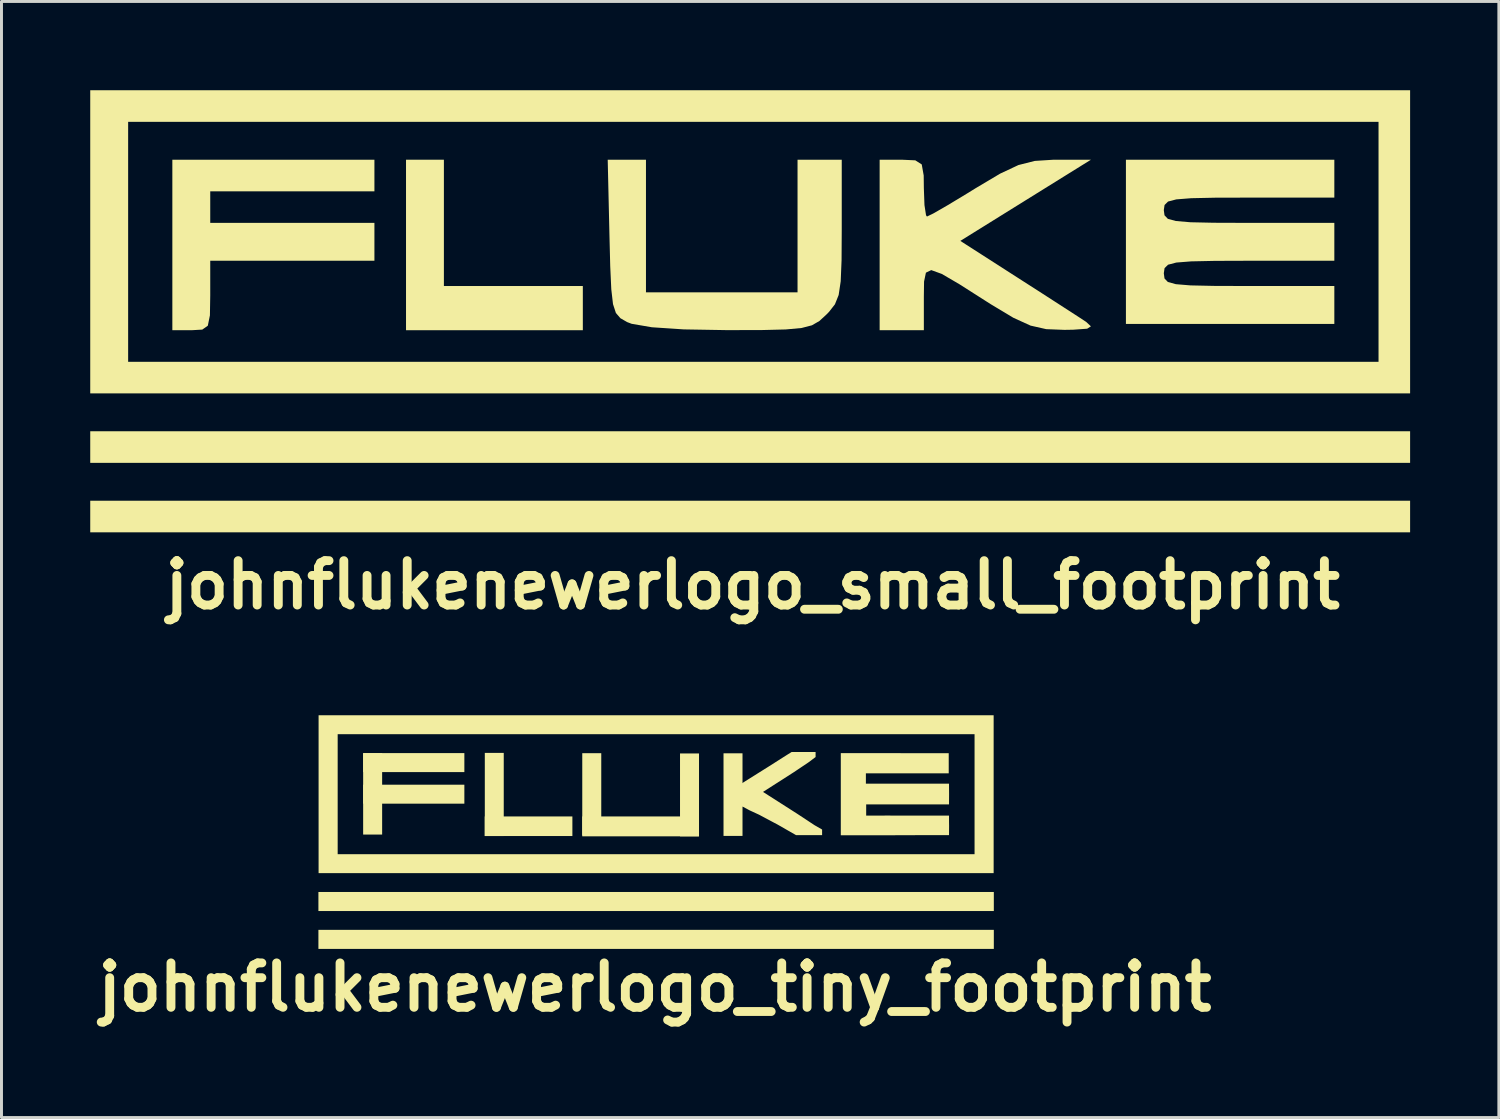
<source format=kicad_pcb>
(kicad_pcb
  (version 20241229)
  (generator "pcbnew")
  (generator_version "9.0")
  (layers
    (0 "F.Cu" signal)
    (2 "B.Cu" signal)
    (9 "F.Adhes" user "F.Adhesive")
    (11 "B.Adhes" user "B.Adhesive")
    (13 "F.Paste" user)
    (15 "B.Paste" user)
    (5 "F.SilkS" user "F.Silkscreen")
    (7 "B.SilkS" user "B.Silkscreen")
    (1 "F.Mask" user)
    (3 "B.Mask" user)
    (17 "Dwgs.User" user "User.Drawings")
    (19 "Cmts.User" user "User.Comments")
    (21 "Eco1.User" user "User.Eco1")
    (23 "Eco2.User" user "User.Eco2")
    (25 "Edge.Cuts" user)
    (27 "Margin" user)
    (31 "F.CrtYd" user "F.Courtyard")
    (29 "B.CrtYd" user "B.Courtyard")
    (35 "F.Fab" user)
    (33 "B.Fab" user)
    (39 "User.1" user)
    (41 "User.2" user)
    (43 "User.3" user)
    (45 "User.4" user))
  (footprint "johnflukenewerlogo_tiny_footprint"
    (layer "F.Cu")
    (at 19.126 24.967)
    (property "Reference" "johnflukenewerlogo_tiny_footprint" (at -0.04 5.35 0) (layer "F.SilkS") (effects (font (size 1.5 1.5) (thickness 0.3))))
    (attr board_only exclude_from_pos_files exclude_from_bom)
    (fp_rect (start -11.414 2.131) (end 11.414 2.775) (stroke (width 0) (type solid)) (fill yes) (layer "F.SilkS"))
    (fp_rect (start -11.414 3.411) (end 11.414 4.055) (stroke (width 0) (type solid)) (fill yes) (layer "F.SilkS"))
    (fp_rect (start -9.902 -2.563) (end -6.481 -1.921) (stroke (width 0) (type solid)) (fill yes) (layer "F.SilkS"))
    (fp_rect (start -9.902 -1.495) (end -6.481 -0.854) (stroke (width 0) (type solid)) (fill yes) (layer "F.SilkS"))
    (fp_rect (start -9.902 -2.561) (end -9.26 0.19) (stroke (width 0) (type solid)) (fill yes) (layer "F.SilkS"))
    (fp_rect (start -5.792 -0.422) (end -2.83 0.24) (stroke (width 0) (type solid)) (fill yes) (layer "F.SilkS"))
    (fp_rect (start -5.79 -2.57) (end -5.15 0.24) (stroke (width 0) (type solid)) (fill yes) (layer "F.SilkS"))
    (fp_rect (start -2.496 -2.56) (end -1.854 0.22) (stroke (width 0) (type solid)) (fill yes) (layer "F.SilkS"))
    (fp_rect (start -2.496 -0.422) (end 1.446 0.25) (stroke (width 0) (type solid)) (fill yes) (layer "F.SilkS"))
    (fp_rect (start 0.808 -2.551) (end 1.45 0.25) (stroke (width 0) (type solid)) (fill yes) (layer "F.SilkS"))
    (fp_rect (start 2.278 -2.556) (end 2.92 0.236) (stroke (width 0) (type solid)) (fill yes) (layer "F.SilkS"))
    (fp_poly (pts (xy 11.408 -1.174) (xy 11.408 1.494) (xy 0 1.494) (xy -11.408 1.494) (xy -11.408 -1.174) (xy -10.763 -1.174) (xy -10.763 0.854) (xy 0 0.854) (xy 10.763 0.854) (xy 10.763 -1.174) (xy 10.763 -3.202) (xy 0 -3.202) (xy -10.763 -3.202) (xy -10.763 -1.174) (xy -11.408 -1.174) (xy -11.408 -3.842) (xy 0 -3.842) (xy 11.408 -3.842)) (stroke (width 0) (type solid)) (fill yes) (layer "F.SilkS"))
    (fp_poly (pts (xy 2.78 -2.09) (xy 2.85 -1.99) (xy 2.88 -1.53) (xy 3.79 -2.1) (xy 4.419 -2.5) (xy 4.58 -2.6) (xy 5.125 -2.6) (xy 5.39 -2.6) (xy 5.39 -2.43) (xy 5.15 -2.25) (xy 4.658 -1.92) (xy 3.613 -1.251) (xy 4.759 -0.519) (xy 5.357 -0.125) (xy 5.61 0.02) (xy 5.61 0.21) (xy 5.34 0.21) (xy 4.73 0.21) (xy 4.1 -0.151) (xy 3.982 -0.213) (xy 3.479 -0.481) (xy 3.156 -0.63) (xy 2.915 -0.76) (xy 2.832 -0.581) (xy 2.78 -0.2) (xy 2.77 0.01) (xy 2.61 0.04) (xy 2.49 0.03) (xy 2.46 -0.12) (xy 2.45 -0.66) (xy 2.43 -1.13) (xy 2.37 -1.86) (xy 2.37 -2.02) (xy 2.47 -2.09) (xy 2.59 -2.1)) (stroke (width 0) (type solid)) (fill yes) (layer "F.SilkS"))
    (fp_poly (pts (xy 9 -2.56) (xy 9.547 -2.56) (xy 9.89 -2.56) (xy 9.89 -2.24) (xy 9.89 -1.88) (xy 9.475 -1.88) (xy 8.82 -1.88) (xy 8.503 -1.88) (xy 7.77 -1.88) (xy 7.09 -1.88) (xy 7.09 -1.72) (xy 7.09 -1.53) (xy 7.825 -1.53) (xy 8.51 -1.53) (xy 9.29 -1.53) (xy 9.72 -1.53) (xy 9.9 -1.53) (xy 9.902 -1.174) (xy 9.9 -0.83) (xy 9.48 -0.83) (xy 8.92 -0.83) (xy 8.503 -0.83) (xy 7.78 -0.83) (xy 7.1 -0.83) (xy 7.1 -0.64) (xy 7.1 -0.45) (xy 7.825 -0.452) (xy 8.51 -0.45) (xy 9.31 -0.45) (xy 9.9 -0.45) (xy 9.9 -0.27) (xy 9.902 -0.107) (xy 9.9 0.21) (xy 9.65 0.21) (xy 8.974 0.21) (xy 8.072 0.213) (xy 6.242 0.213) (xy 6.242 -1.174) (xy 6.242 -2.561) (xy 8.07 -2.561)) (stroke (width 0) (type solid)) (fill yes) (layer "F.SilkS")))
  (footprint "johnflukenewerlogo_small_footprint"
    (layer "F.Cu")
    (at 22.412 7.471)
    (property "Reference" "johnflukenewerlogo_small_footprint" (at -0.02 9.25 0) (layer "F.SilkS") (effects (font (size 1.5 1.5) (thickness 0.3))))
    (attr board_only exclude_from_pos_files exclude_from_bom)
    (fp_poly (pts (xy 22.198 4.589) (xy 22.198 5.123) (xy -0.107 5.123) (xy -22.412 5.123) (xy -22.412 4.589) (xy -22.412 4.055) (xy -0.107 4.055) (xy 22.198 4.055)) (stroke (width 0) (type solid)) (fill yes) (layer "F.SilkS"))
    (fp_poly (pts (xy 22.198 6.937) (xy 22.198 7.471) (xy -0.107 7.471) (xy -22.412 7.471) (xy -22.412 6.937) (xy -22.412 6.403) (xy -0.107 6.403) (xy 22.198 6.403)) (stroke (width 0) (type solid)) (fill yes) (layer "F.SilkS"))
    (fp_poly (pts (xy -10.459 -2.988) (xy -10.459 -0.854) (xy -8.111 -0.854) (xy -5.763 -0.854) (xy -5.763 -0.107) (xy -5.763 0.64) (xy -8.751 0.64) (xy -11.739 0.64) (xy -11.739 -2.241) (xy -11.739 -5.123) (xy -11.099 -5.123) (xy -10.459 -5.123)) (stroke (width 0) (type solid)) (fill yes) (layer "F.SilkS"))
    (fp_poly (pts (xy 22.198 -2.348) (xy 22.198 2.775) (xy -0.107 2.775) (xy -22.412 2.775) (xy -22.412 -2.348) (xy -21.131 -2.348) (xy -21.131 1.708) (xy 0 1.708) (xy 21.131 1.708) (xy 21.131 -2.348) (xy 21.131 -6.403) (xy 0 -6.403) (xy -21.131 -6.403) (xy -21.131 -2.348) (xy -22.412 -2.348) (xy -22.412 -7.471) (xy -0.107 -7.471) (xy 22.198 -7.471)) (stroke (width 0) (type solid)) (fill yes) (layer "F.SilkS"))
    (fp_poly (pts (xy -12.807 -4.589) (xy -12.807 -4.055) (xy -15.582 -4.055) (xy -18.356 -4.055) (xy -18.356 -3.522) (xy -18.356 -2.988) (xy -15.582 -2.988) (xy -12.807 -2.988) (xy -12.807 -2.348) (xy -12.807 -1.708) (xy -15.582 -1.708) (xy -18.356 -1.708) (xy -18.356 -0.534) (xy -18.367 0.138) (xy -18.438 0.487) (xy -18.625 0.619) (xy -18.987 0.64) (xy -18.997 0.64) (xy -19.637 0.64) (xy -19.637 -2.241) (xy -19.637 -5.123) (xy -16.222 -5.123) (xy -12.807 -5.123)) (stroke (width 0) (type solid)) (fill yes) (layer "F.SilkS"))
    (fp_poly (pts (xy -3.629 -2.882) (xy -3.629 -0.64) (xy -1.067 -0.64) (xy 1.494 -0.64) (xy 1.494 -2.882) (xy 1.494 -5.123) (xy 2.241 -5.123) (xy 2.988 -5.123) (xy 2.988 -2.765) (xy 2.982 -1.723) (xy 2.953 -1.015) (xy 2.884 -0.551) (xy 2.758 -0.236) (xy 2.559 0.019) (xy 2.464 0.116) (xy 2.232 0.329) (xy 1.98 0.474) (xy 1.629 0.565) (xy 1.097 0.614) (xy 0.304 0.634) (xy -0.832 0.637) (xy -0.897 0.637) (xy -2.354 0.612) (xy -3.432 0.54) (xy -4.113 0.423) (xy -4.269 0.364) (xy -4.493 0.234) (xy -4.645 0.058) (xy -4.743 -0.241) (xy -4.801 -0.742) (xy -4.837 -1.522) (xy -4.862 -2.514) (xy -4.922 -5.123) (xy -4.275 -5.123) (xy -3.629 -5.123)) (stroke (width 0) (type solid)) (fill yes) (layer "F.SilkS"))
    (fp_poly (pts (xy 19.637 -4.482) (xy 19.637 -3.842) (xy 16.755 -3.842) (xy 15.598 -3.839) (xy 14.8 -3.822) (xy 14.295 -3.782) (xy 14.017 -3.709) (xy 13.899 -3.593) (xy 13.874 -3.423) (xy 13.874 -3.415) (xy 13.897 -3.244) (xy 14.01 -3.125) (xy 14.28 -3.051) (xy 14.773 -3.009) (xy 15.558 -2.992) (xy 16.699 -2.988) (xy 16.755 -2.988) (xy 19.637 -2.988) (xy 19.637 -2.348) (xy 19.637 -1.708) (xy 16.755 -1.708) (xy 15.598 -1.704) (xy 14.8 -1.687) (xy 14.295 -1.647) (xy 14.017 -1.574) (xy 13.899 -1.458) (xy 13.874 -1.289) (xy 13.874 -1.281) (xy 13.897 -1.109) (xy 14.01 -0.991) (xy 14.28 -0.916) (xy 14.773 -0.875) (xy 15.558 -0.858) (xy 16.699 -0.854) (xy 16.755 -0.854) (xy 19.637 -0.854) (xy 19.637 -0.213) (xy 19.637 0.427) (xy 16.115 0.427) (xy 12.593 0.427) (xy 12.593 -2.348) (xy 12.593 -5.123) (xy 16.115 -5.123) (xy 19.637 -5.123)) (stroke (width 0) (type solid)) (fill yes) (layer "F.SilkS"))
    (fp_poly (pts (xy 5.475 -5.102) (xy 5.692 -4.963) (xy 5.758 -4.59) (xy 5.763 -4.162) (xy 5.784 -3.589) (xy 5.837 -3.246) (xy 5.868 -3.202) (xy 6.085 -3.307) (xy 6.573 -3.588) (xy 7.24 -3.991) (xy 7.517 -4.162) (xy 8.341 -4.652) (xy 8.959 -4.942) (xy 9.511 -5.082) (xy 10.138 -5.122) (xy 10.236 -5.123) (xy 11.411 -5.123) (xy 9.203 -3.751) (xy 6.996 -2.379) (xy 8.933 -1.136) (xy 9.77 -0.599) (xy 10.503 -0.126) (xy 11.039 0.221) (xy 11.252 0.361) (xy 11.41 0.509) (xy 11.283 0.589) (xy 10.81 0.623) (xy 10.514 0.628) (xy 9.899 0.604) (xy 9.369 0.484) (xy 8.788 0.219) (xy 8.02 -0.242) (xy 7.868 -0.339) (xy 6.969 -0.912) (xy 6.371 -1.262) (xy 6.013 -1.392) (xy 5.833 -1.305) (xy 5.77 -1.005) (xy 5.763 -0.495) (xy 5.763 -0.45) (xy 5.763 0.64) (xy 5.016 0.64) (xy 4.269 0.64) (xy 4.269 -2.241) (xy 4.269 -5.123) (xy 5.016 -5.123)) (stroke (width 0) (type solid)) (fill yes) (layer "F.SilkS")))
  (gr_rect
    (start -3 -3)
    (end 47.61 34.721)
    (stroke (width 0.1) (type default))
    (fill no)
    (layer "Edge.Cuts")))
</source>
